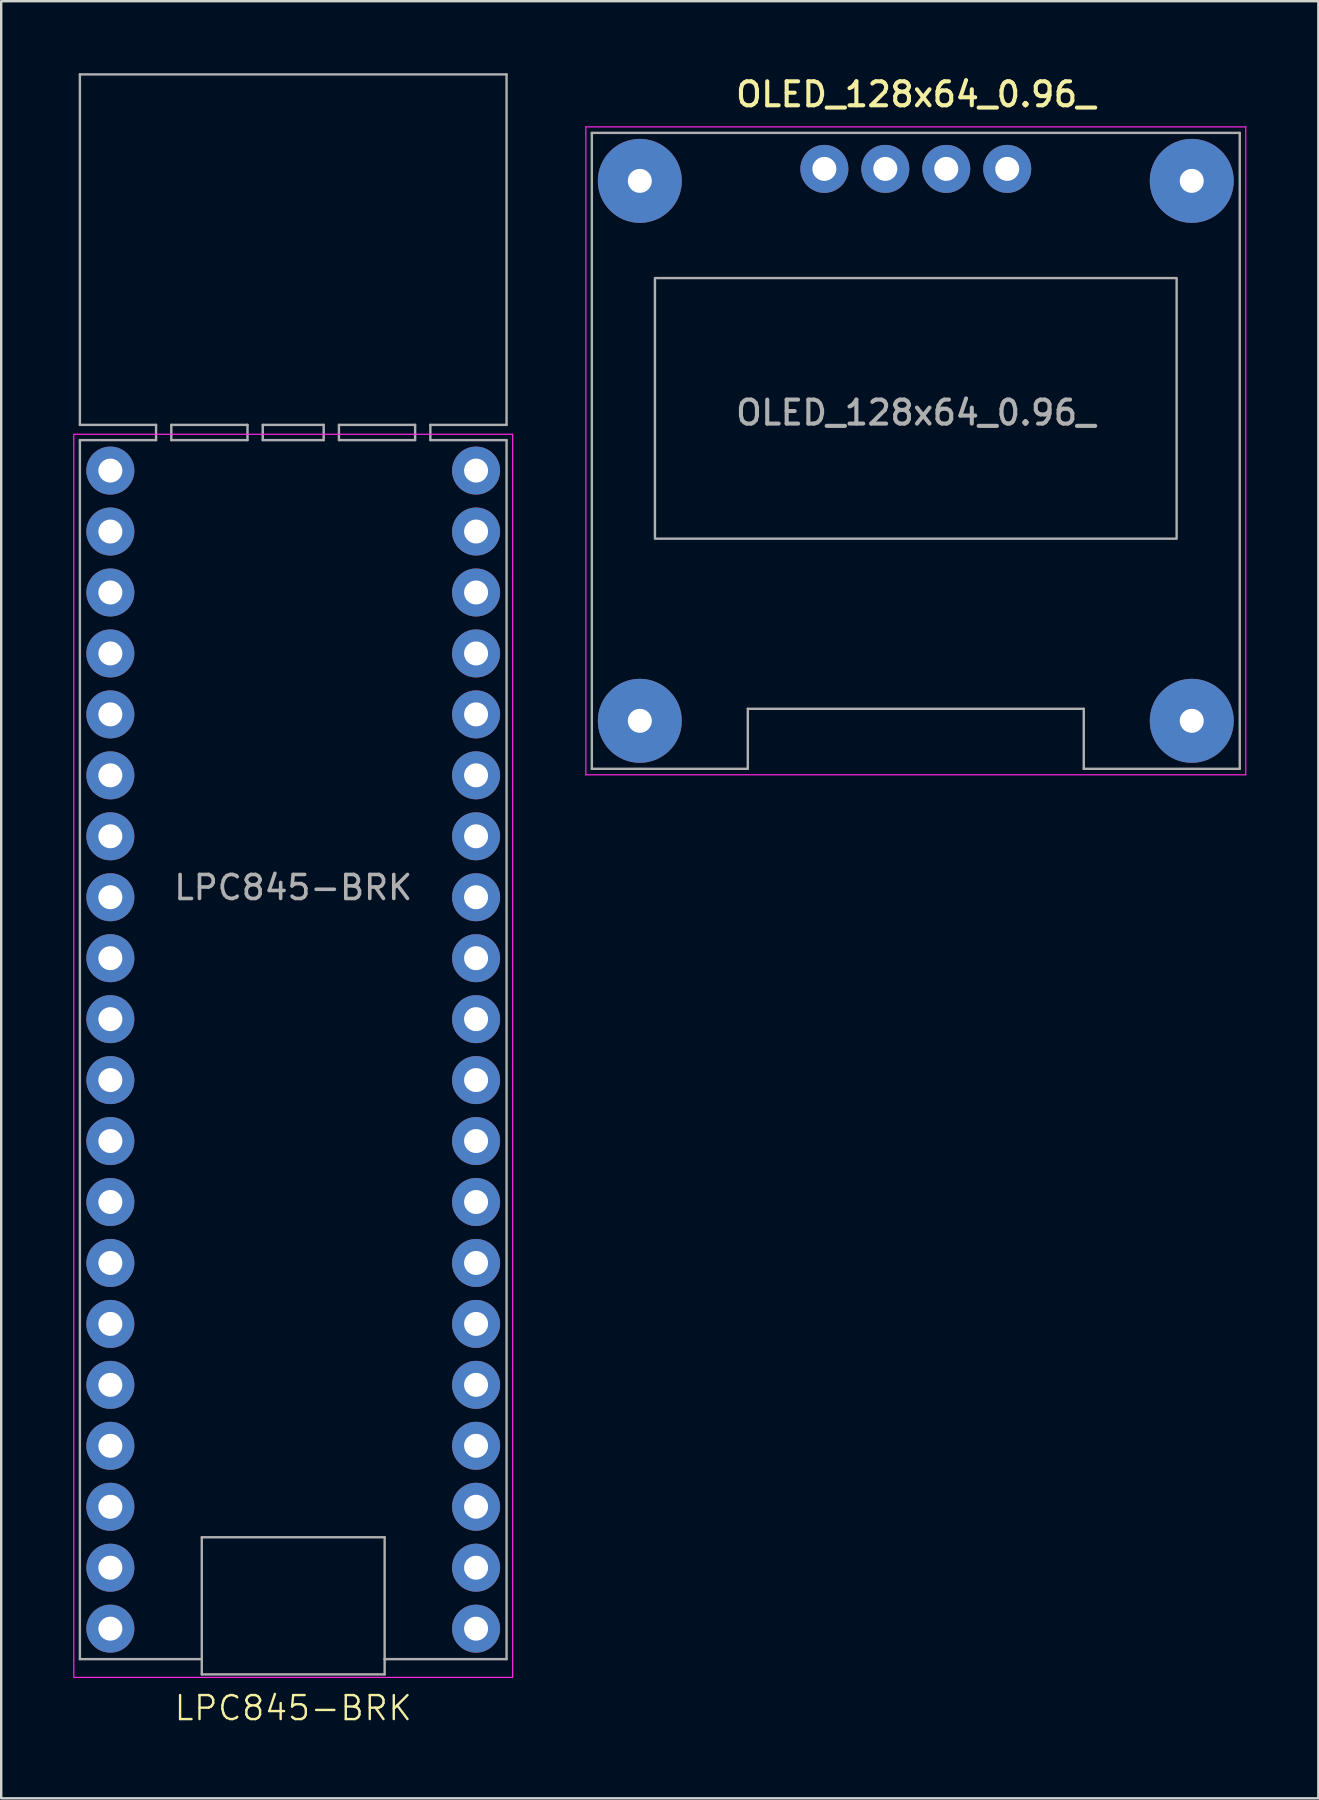
<source format=kicad_pcb>
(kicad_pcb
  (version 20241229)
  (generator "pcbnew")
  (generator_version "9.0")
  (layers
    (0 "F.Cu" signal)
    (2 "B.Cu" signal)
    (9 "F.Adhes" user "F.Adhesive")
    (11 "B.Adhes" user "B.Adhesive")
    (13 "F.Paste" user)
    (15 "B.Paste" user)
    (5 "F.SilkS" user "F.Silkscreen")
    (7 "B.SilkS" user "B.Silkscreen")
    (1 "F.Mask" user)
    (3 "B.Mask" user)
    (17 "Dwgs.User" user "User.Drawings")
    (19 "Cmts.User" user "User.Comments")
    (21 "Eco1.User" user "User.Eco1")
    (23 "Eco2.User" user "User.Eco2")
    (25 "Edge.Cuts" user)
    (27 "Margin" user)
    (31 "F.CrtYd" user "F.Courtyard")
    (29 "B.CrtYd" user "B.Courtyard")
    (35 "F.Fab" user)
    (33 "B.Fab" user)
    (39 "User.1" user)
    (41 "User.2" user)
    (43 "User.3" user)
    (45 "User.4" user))
  (footprint "OLED_128x64_0.96_"
    (layer "F.Cu")
    (at 35.113 15.488)
    (property "Reference" "OLED_128x64_0.96_" (at 0 -14.605 0) (unlocked yes) (layer "F.SilkS") (effects (font (size 1 1) (thickness 0.17) (bold yes))))
    (attr through_hole)
    (fp_line (start -13.75 -13.25) (end -13.75 13.75) (stroke (width 0.05) (type default)) (layer "F.CrtYd"))
    (fp_line (start -13.75 13.75) (end 13.75 13.75) (stroke (width 0.05) (type default)) (layer "F.CrtYd"))
    (fp_line (start 13.75 -13.25) (end -13.75 -13.25) (stroke (width 0.05) (type default)) (layer "F.CrtYd"))
    (fp_line (start 13.75 13.75) (end 13.75 -13.25) (stroke (width 0.05) (type default)) (layer "F.CrtYd"))
    (fp_line (start -13.5 -13) (end -13.5 13.5) (stroke (width 0.1) (type default)) (layer "F.Fab"))
    (fp_line (start -13.5 13.5) (end -7 13.5) (stroke (width 0.1) (type default)) (layer "F.Fab"))
    (fp_line (start -7 13.5) (end -7 11) (stroke (width 0.1) (type default)) (layer "F.Fab"))
    (fp_line (start 7 11) (end -7 11) (stroke (width 0.1) (type default)) (layer "F.Fab"))
    (fp_line (start 7 11) (end 7 13.5) (stroke (width 0.1) (type default)) (layer "F.Fab"))
    (fp_line (start 7 13.5) (end 13.5 13.5) (stroke (width 0.1) (type default)) (layer "F.Fab"))
    (fp_line (start 13.5 -13) (end -13.5 -13) (stroke (width 0.1) (type default)) (layer "F.Fab"))
    (fp_line (start 13.5 -13) (end 13.5 13.5) (stroke (width 0.1) (type default)) (layer "F.Fab"))
    (fp_rect (start -10.87 -6.95) (end 10.87 3.91) (stroke (width 0.1) (type default)) (fill no) (layer "F.Fab"))
    (fp_text user "${REFERENCE}" (at 0 -1.34 0) (unlocked yes) (layer "F.Fab") (effects (font (size 1 1) (thickness 0.17) (bold yes))))
    (pad "" np_thru_hole circle (at -11.5 -11) (size 3.5 3.5) (drill 1) (layers "*.Cu" "*.Mask"))
    (pad "" np_thru_hole circle (at -11.5 11.5) (size 3.5 3.5) (drill 1) (layers "*.Cu" "*.Mask"))
    (pad "" np_thru_hole circle (at 11.5 -11) (size 3.5 3.5) (drill 1) (layers "*.Cu" "*.Mask"))
    (pad "" np_thru_hole circle (at 11.5 11.5) (size 3.5 3.5) (drill 1) (layers "*.Cu" "*.Mask"))
    (pad "1" thru_hole circle (at -3.81 -11.5) (size 2 2) (drill 1) (layers "*.Cu" "*.Mask"))
    (pad "2" thru_hole circle (at -1.27 -11.5) (size 2 2) (drill 1) (layers "*.Cu" "*.Mask"))
    (pad "3" thru_hole circle (at 1.27 -11.5) (size 2 2) (drill 1) (layers "*.Cu" "*.Mask"))
    (pad "4" thru_hole circle (at 3.81 -11.5) (size 2 2) (drill 1) (layers "*.Cu" "*.Mask")))
  (footprint "LPC845-BRK"
    (layer "F.Cu")
    (at 9.169 33.07)
    (property "Reference" "LPC845-BRK" (at 0 35.06 0) (unlocked yes) (layer "F.SilkS") (effects (font (size 1 1) (thickness 0.1))))
    (attr through_hole)
    (fp_rect (start -9.144 -18.024) (end 9.144 33.782) (stroke (width 0.05) (type default)) (fill no) (layer "F.CrtYd"))
    (fp_line (start -8.89 -33.02) (end -8.89 -18.415) (stroke (width 0.1) (type default)) (layer "F.Fab"))
    (fp_line (start -8.89 -18.415) (end -5.715 -18.415) (stroke (width 0.1) (type default)) (layer "F.Fab"))
    (fp_line (start -8.89 -17.78) (end -8.89 33.02) (stroke (width 0.1) (type default)) (layer "F.Fab"))
    (fp_line (start -8.89 33.02) (end -3.81 33.02) (stroke (width 0.1) (type default)) (layer "F.Fab"))
    (fp_line (start -5.715 -18.415) (end -5.715 -17.78) (stroke (width 0.1) (type default)) (layer "F.Fab"))
    (fp_line (start -5.715 -17.78) (end -8.89 -17.78) (stroke (width 0.1) (type default)) (layer "F.Fab"))
    (fp_line (start -5.08 -18.415) (end -5.08 -17.78) (stroke (width 0.1) (type default)) (layer "F.Fab"))
    (fp_line (start -5.08 -17.78) (end -1.905 -17.78) (stroke (width 0.1) (type default)) (layer "F.Fab"))
    (fp_line (start -3.81 27.94) (end -3.81 33.02) (stroke (width 0.1) (type default)) (layer "F.Fab"))
    (fp_line (start -3.81 33.655) (end -3.81 33.02) (stroke (width 0.1) (type default)) (layer "F.Fab"))
    (fp_line (start -1.905 -18.415) (end -5.08 -18.415) (stroke (width 0.1) (type default)) (layer "F.Fab"))
    (fp_line (start -1.905 -17.78) (end -1.905 -18.415) (stroke (width 0.1) (type default)) (layer "F.Fab"))
    (fp_line (start -1.27 -18.415) (end 1.27 -18.415) (stroke (width 0.1) (type default)) (layer "F.Fab"))
    (fp_line (start -1.27 -17.78) (end -1.27 -18.415) (stroke (width 0.1) (type default)) (layer "F.Fab"))
    (fp_line (start 1.27 -18.415) (end 1.27 -17.78) (stroke (width 0.1) (type default)) (layer "F.Fab"))
    (fp_line (start 1.27 -17.78) (end -1.27 -17.78) (stroke (width 0.1) (type default)) (layer "F.Fab"))
    (fp_line (start 1.905 -18.415) (end 5.08 -18.415) (stroke (width 0.1) (type default)) (layer "F.Fab"))
    (fp_line (start 1.905 -17.78) (end 1.905 -18.415) (stroke (width 0.1) (type default)) (layer "F.Fab"))
    (fp_line (start 3.81 27.94) (end -3.81 27.94) (stroke (width 0.1) (type default)) (layer "F.Fab"))
    (fp_line (start 3.81 33.02) (end 3.81 27.94) (stroke (width 0.1) (type default)) (layer "F.Fab"))
    (fp_line (start 3.81 33.02) (end 3.81 33.655) (stroke (width 0.1) (type default)) (layer "F.Fab"))
    (fp_line (start 3.81 33.02) (end 8.89 33.02) (stroke (width 0.1) (type default)) (layer "F.Fab"))
    (fp_line (start 3.81 33.655) (end -3.81 33.655) (stroke (width 0.1) (type default)) (layer "F.Fab"))
    (fp_line (start 5.08 -18.415) (end 5.08 -17.78) (stroke (width 0.1) (type default)) (layer "F.Fab"))
    (fp_line (start 5.08 -17.78) (end 1.905 -17.78) (stroke (width 0.1) (type default)) (layer "F.Fab"))
    (fp_line (start 5.715 -18.415) (end 8.89 -18.415) (stroke (width 0.1) (type default)) (layer "F.Fab"))
    (fp_line (start 5.715 -17.78) (end 5.715 -18.415) (stroke (width 0.1) (type default)) (layer "F.Fab"))
    (fp_line (start 8.89 -33.02) (end -8.89 -33.02) (stroke (width 0.1) (type default)) (layer "F.Fab"))
    (fp_line (start 8.89 -18.415) (end 8.89 -33.02) (stroke (width 0.1) (type default)) (layer "F.Fab"))
    (fp_line (start 8.89 -17.78) (end 5.715 -17.78) (stroke (width 0.1) (type default)) (layer "F.Fab"))
    (fp_line (start 8.89 33.02) (end 8.89 -17.78) (stroke (width 0.1) (type default)) (layer "F.Fab"))
    (fp_text user "${REFERENCE}" (at 0 0.865 0) (unlocked yes) (layer "F.Fab") (effects (font (size 1 1) (thickness 0.15))))
    (pad "1" thru_hole circle (at -7.62 -16.51) (size 2 2) (drill 1) (layers "*.Cu" "*.Mask"))
    (pad "2" thru_hole circle (at -7.62 -13.97) (size 2 2) (drill 1) (layers "*.Cu" "*.Mask"))
    (pad "3" thru_hole circle (at -7.62 -11.43) (size 2 2) (drill 1) (layers "*.Cu" "*.Mask"))
    (pad "4" thru_hole circle (at -7.62 -8.89) (size 2 2) (drill 1) (layers "*.Cu" "*.Mask"))
    (pad "5" thru_hole circle (at -7.62 -6.35) (size 2 2) (drill 1) (layers "*.Cu" "*.Mask"))
    (pad "6" thru_hole circle (at -7.62 -3.81) (size 2 2) (drill 1) (layers "*.Cu" "*.Mask"))
    (pad "7" thru_hole circle (at -7.62 -1.27) (size 2 2) (drill 1) (layers "*.Cu" "*.Mask"))
    (pad "8" thru_hole circle (at -7.62 1.27) (size 2 2) (drill 1) (layers "*.Cu" "*.Mask"))
    (pad "9" thru_hole circle (at -7.62 3.81) (size 2 2) (drill 1) (layers "*.Cu" "*.Mask"))
    (pad "10" thru_hole circle (at -7.62 6.35) (size 2 2) (drill 1) (layers "*.Cu" "*.Mask"))
    (pad "11" thru_hole circle (at -7.62 8.89) (size 2 2) (drill 1) (layers "*.Cu" "*.Mask"))
    (pad "12" thru_hole circle (at -7.62 11.43) (size 2 2) (drill 1) (layers "*.Cu" "*.Mask"))
    (pad "13" thru_hole circle (at -7.62 13.97) (size 2 2) (drill 1) (layers "*.Cu" "*.Mask"))
    (pad "14" thru_hole circle (at -7.62 16.51) (size 2 2) (drill 1) (layers "*.Cu" "*.Mask"))
    (pad "15" thru_hole circle (at -7.62 19.05) (size 2 2) (drill 1) (layers "*.Cu" "*.Mask"))
    (pad "16" thru_hole circle (at -7.62 21.59) (size 2 2) (drill 1) (layers "*.Cu" "*.Mask"))
    (pad "17" thru_hole circle (at -7.62 24.13) (size 2 2) (drill 1) (layers "*.Cu" "*.Mask"))
    (pad "18" thru_hole circle (at -7.62 26.67) (size 2 2) (drill 1) (layers "*.Cu" "*.Mask"))
    (pad "19" thru_hole circle (at -7.62 29.21) (size 2 2) (drill 1) (layers "*.Cu" "*.Mask"))
    (pad "20" thru_hole circle (at -7.62 31.75) (size 2 2) (drill 1) (layers "*.Cu" "*.Mask"))
    (pad "21" thru_hole circle (at 7.62 31.75) (size 2 2) (drill 1) (layers "*.Cu" "*.Mask"))
    (pad "22" thru_hole circle (at 7.62 29.21) (size 2 2) (drill 1) (layers "*.Cu" "*.Mask"))
    (pad "23" thru_hole circle (at 7.62 26.67) (size 2 2) (drill 1) (layers "*.Cu" "*.Mask"))
    (pad "24" thru_hole circle (at 7.62 24.13) (size 2 2) (drill 1) (layers "*.Cu" "*.Mask"))
    (pad "25" thru_hole circle (at 7.62 21.59) (size 2 2) (drill 1) (layers "*.Cu" "*.Mask"))
    (pad "26" thru_hole circle (at 7.62 19.05) (size 2 2) (drill 1) (layers "*.Cu" "*.Mask"))
    (pad "27" thru_hole circle (at 7.62 16.51) (size 2 2) (drill 1) (layers "*.Cu" "*.Mask"))
    (pad "28" thru_hole circle (at 7.62 13.97) (size 2 2) (drill 1) (layers "*.Cu" "*.Mask"))
    (pad "29" thru_hole circle (at 7.62 11.43) (size 2 2) (drill 1) (layers "*.Cu" "*.Mask"))
    (pad "30" thru_hole circle (at 7.62 8.89) (size 2 2) (drill 1) (layers "*.Cu" "*.Mask"))
    (pad "31" thru_hole circle (at 7.62 6.35) (size 2 2) (drill 1) (layers "*.Cu" "*.Mask"))
    (pad "32" thru_hole circle (at 7.62 3.81) (size 2 2) (drill 1) (layers "*.Cu" "*.Mask"))
    (pad "33" thru_hole circle (at 7.62 1.27) (size 2 2) (drill 1) (layers "*.Cu" "*.Mask"))
    (pad "34" thru_hole circle (at 7.62 -1.27) (size 2 2) (drill 1) (layers "*.Cu" "*.Mask"))
    (pad "35" thru_hole circle (at 7.62 -3.81) (size 2 2) (drill 1) (layers "*.Cu" "*.Mask"))
    (pad "36" thru_hole circle (at 7.62 -6.35) (size 2 2) (drill 1) (layers "*.Cu" "*.Mask"))
    (pad "37" thru_hole circle (at 7.62 -8.89) (size 2 2) (drill 1) (layers "*.Cu" "*.Mask"))
    (pad "38" thru_hole circle (at 7.62 -11.43) (size 2 2) (drill 1) (layers "*.Cu" "*.Mask"))
    (pad "39" thru_hole circle (at 7.62 -13.97) (size 2 2) (drill 1) (layers "*.Cu" "*.Mask"))
    (pad "40" thru_hole circle (at 7.62 -16.51) (size 2 2) (drill 1) (layers "*.Cu" "*.Mask")))
  (gr_rect
    (start -3 -3)
    (end 51.888 71.891)
    (stroke (width 0.1) (type default))
    (fill no)
    (layer "Edge.Cuts")))
</source>
